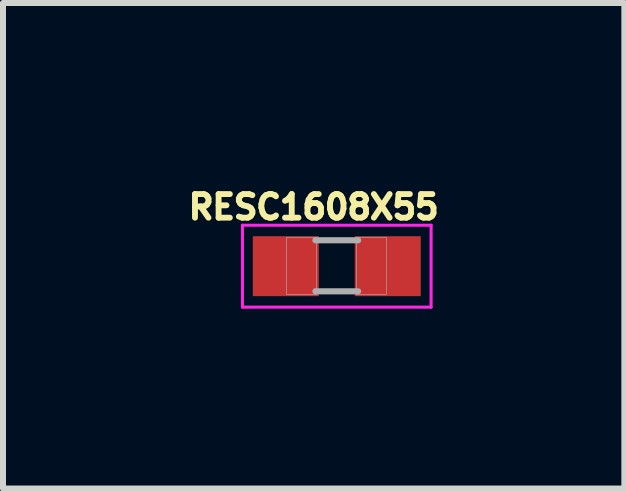
<source format=kicad_pcb>
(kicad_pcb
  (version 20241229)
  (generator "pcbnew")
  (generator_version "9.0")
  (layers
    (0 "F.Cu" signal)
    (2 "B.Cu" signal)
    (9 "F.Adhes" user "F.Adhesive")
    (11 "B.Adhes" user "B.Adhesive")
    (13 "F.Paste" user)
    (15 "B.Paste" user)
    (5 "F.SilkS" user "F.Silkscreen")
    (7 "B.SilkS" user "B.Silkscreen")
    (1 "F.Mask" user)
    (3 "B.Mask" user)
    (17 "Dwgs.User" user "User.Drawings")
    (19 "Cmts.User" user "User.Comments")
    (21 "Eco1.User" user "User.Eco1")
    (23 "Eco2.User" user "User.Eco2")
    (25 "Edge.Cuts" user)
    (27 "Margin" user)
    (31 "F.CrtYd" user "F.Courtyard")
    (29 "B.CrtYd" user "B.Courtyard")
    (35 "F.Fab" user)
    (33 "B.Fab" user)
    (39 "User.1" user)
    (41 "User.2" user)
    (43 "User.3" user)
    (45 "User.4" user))
  (footprint "RESC1608X55"
    (layer "F.Cu")
    (at 2.566 1.389)
    (property "Reference" "RESC1608X55" (at -0.385 -0.986 0) (layer "F.SilkS") (effects (font (size 0.394 0.394) (thickness 0.098))))
    (attr smd)
    (fp_line (start -1.573 -0.683) (end 1.573 -0.683) (stroke (width 0.051) (type solid)) (layer "F.CrtYd"))
    (fp_line (start -1.573 0.683) (end -1.573 -0.683) (stroke (width 0.051) (type solid)) (layer "F.CrtYd"))
    (fp_line (start 1.573 -0.683) (end 1.573 0.683) (stroke (width 0.051) (type solid)) (layer "F.CrtYd"))
    (fp_line (start 1.573 0.683) (end -1.573 0.683) (stroke (width 0.051) (type solid)) (layer "F.CrtYd"))
    (fp_line (start -0.356 -0.432) (end 0.356 -0.432) (stroke (width 0.102) (type solid)) (layer "F.Fab"))
    (fp_line (start -0.356 0.419) (end 0.356 0.419) (stroke (width 0.102) (type solid)) (layer "F.Fab"))
    (fp_poly (pts (xy -0.838 -0.48) (xy -0.338 -0.48) (xy -0.338 0.47) (xy -0.838 0.47)) (stroke (width 0.01) (type solid)) (fill no) (layer "F.Fab"))
    (fp_poly (pts (xy 0.331 -0.48) (xy 0.83 -0.48) (xy 0.83 0.471) (xy 0.331 0.471)) (stroke (width 0.01) (type solid)) (fill no) (layer "F.Fab"))
    (pad "1" smd rect (at -0.85 0) (size 1.1 1) (layers "F.Cu" "F.Mask" "F.Paste"))
    (pad "2" smd rect (at 0.85 0) (size 1.1 1) (layers "F.Cu" "F.Mask" "F.Paste")))
  (gr_rect
    (start -3 -3)
    (end 7.362 5.097)
    (stroke (width 0.1) (type default))
    (fill no)
    (layer "Edge.Cuts")))
</source>
